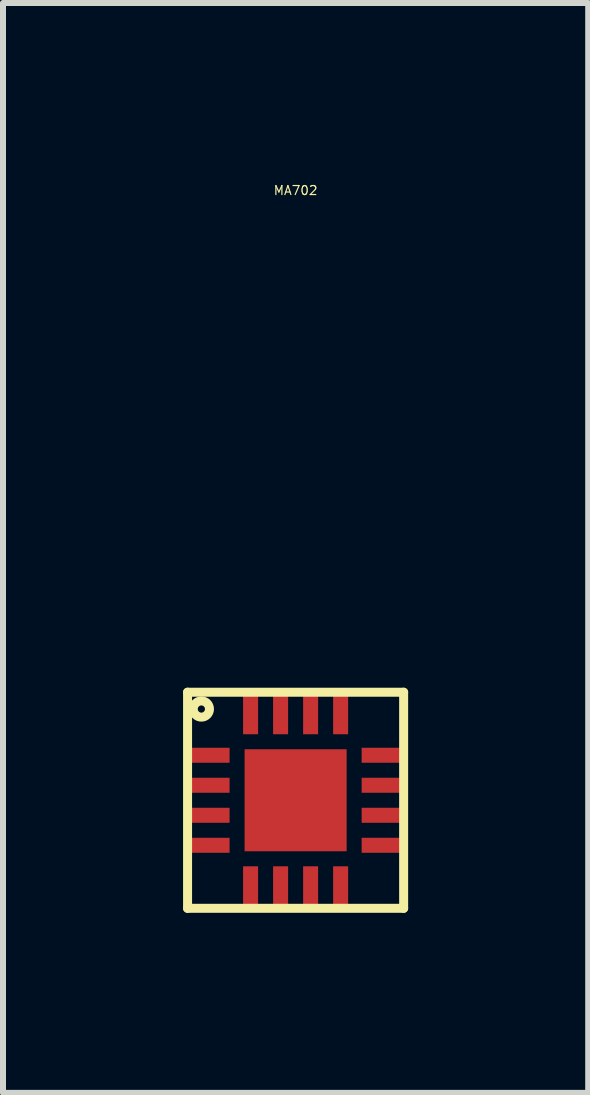
<source format=kicad_pcb>
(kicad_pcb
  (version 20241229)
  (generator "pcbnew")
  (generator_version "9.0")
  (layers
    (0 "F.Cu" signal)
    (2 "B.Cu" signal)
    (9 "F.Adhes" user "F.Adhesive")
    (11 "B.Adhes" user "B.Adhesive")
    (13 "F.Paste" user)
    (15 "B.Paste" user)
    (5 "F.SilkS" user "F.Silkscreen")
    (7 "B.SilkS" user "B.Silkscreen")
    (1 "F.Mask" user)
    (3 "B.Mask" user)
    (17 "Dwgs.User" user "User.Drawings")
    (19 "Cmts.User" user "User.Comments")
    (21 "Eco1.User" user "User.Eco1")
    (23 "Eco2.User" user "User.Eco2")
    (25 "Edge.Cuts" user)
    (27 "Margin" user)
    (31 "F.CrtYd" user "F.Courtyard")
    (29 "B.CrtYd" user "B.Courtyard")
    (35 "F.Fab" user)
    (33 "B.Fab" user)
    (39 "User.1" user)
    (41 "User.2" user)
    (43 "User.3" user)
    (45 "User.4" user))
  (footprint "MA702"
    (layer "F.Cu")
    (at 1.875 10.283)
    (property "Reference" "MA702" (at 0 -10.16 0) (layer "F.SilkS") (effects (font (size 0.15 0.15) (thickness 0.02))))
    (attr through_hole)
    (fp_line (start -1.8 -1.8) (end 1.8 -1.8) (stroke (width 0.15) (type solid)) (layer "F.SilkS"))
    (fp_line (start -1.8 1.8) (end -1.8 -1.8) (stroke (width 0.15) (type solid)) (layer "F.SilkS"))
    (fp_line (start 1.8 -1.8) (end 1.8 1.8) (stroke (width 0.15) (type solid)) (layer "F.SilkS"))
    (fp_line (start 1.8 1.8) (end -1.8 1.8) (stroke (width 0.15) (type solid)) (layer "F.SilkS"))
    (fp_circle (center -1.57 -1.52) (end -1.51 -1.52) (stroke (width 0.15) (type solid)) (fill no) (layer "F.SilkS"))
    (pad "1" smd rect (at -1.45 -0.75) (size 0.7 0.25) (layers "F.Cu" "F.Mask" "F.Paste"))
    (pad "2" smd rect (at -1.45 -0.25) (size 0.7 0.25) (layers "F.Cu" "F.Mask" "F.Paste"))
    (pad "3" smd rect (at -1.45 0.25) (size 0.7 0.25) (layers "F.Cu" "F.Mask" "F.Paste"))
    (pad "4" smd rect (at -1.45 0.75) (size 0.7 0.25) (layers "F.Cu" "F.Mask" "F.Paste"))
    (pad "5" smd rect (at -0.75 1.45) (size 0.25 0.7) (layers "F.Cu" "F.Mask" "F.Paste"))
    (pad "6" smd rect (at -0.25 1.45) (size 0.25 0.7) (layers "F.Cu" "F.Mask" "F.Paste"))
    (pad "7" smd rect (at 0.25 1.45) (size 0.25 0.7) (layers "F.Cu" "F.Mask" "F.Paste"))
    (pad "8" smd rect (at 0.75 1.45) (size 0.25 0.7) (layers "F.Cu" "F.Mask" "F.Paste"))
    (pad "9" smd rect (at 1.45 0.75) (size 0.7 0.25) (layers "F.Cu" "F.Mask" "F.Paste"))
    (pad "10" smd rect (at 1.45 0.25) (size 0.7 0.25) (layers "F.Cu" "F.Mask" "F.Paste"))
    (pad "11" smd rect (at 1.45 -0.25) (size 0.7 0.25) (layers "F.Cu" "F.Mask" "F.Paste"))
    (pad "12" smd rect (at 1.45 -0.75) (size 0.7 0.25) (layers "F.Cu" "F.Mask" "F.Paste"))
    (pad "13" smd rect (at 0.75 -1.45) (size 0.25 0.7) (layers "F.Cu" "F.Mask" "F.Paste"))
    (pad "14" smd rect (at 0.25 -1.45) (size 0.25 0.7) (layers "F.Cu" "F.Mask" "F.Paste"))
    (pad "15" smd rect (at -0.25 -1.45) (size 0.25 0.7) (layers "F.Cu" "F.Mask" "F.Paste"))
    (pad "16" smd rect (at -0.75 -1.45) (size 0.25 0.7) (layers "F.Cu" "F.Mask" "F.Paste"))
    (pad "17" smd rect (at 0 0) (size 1.7 1.7) (layers "F.Cu" "F.Mask" "F.Paste")))
  (gr_rect
    (start -3 -3)
    (end 6.75 15.158)
    (stroke (width 0.1) (type default))
    (fill no)
    (layer "Edge.Cuts")))
</source>
